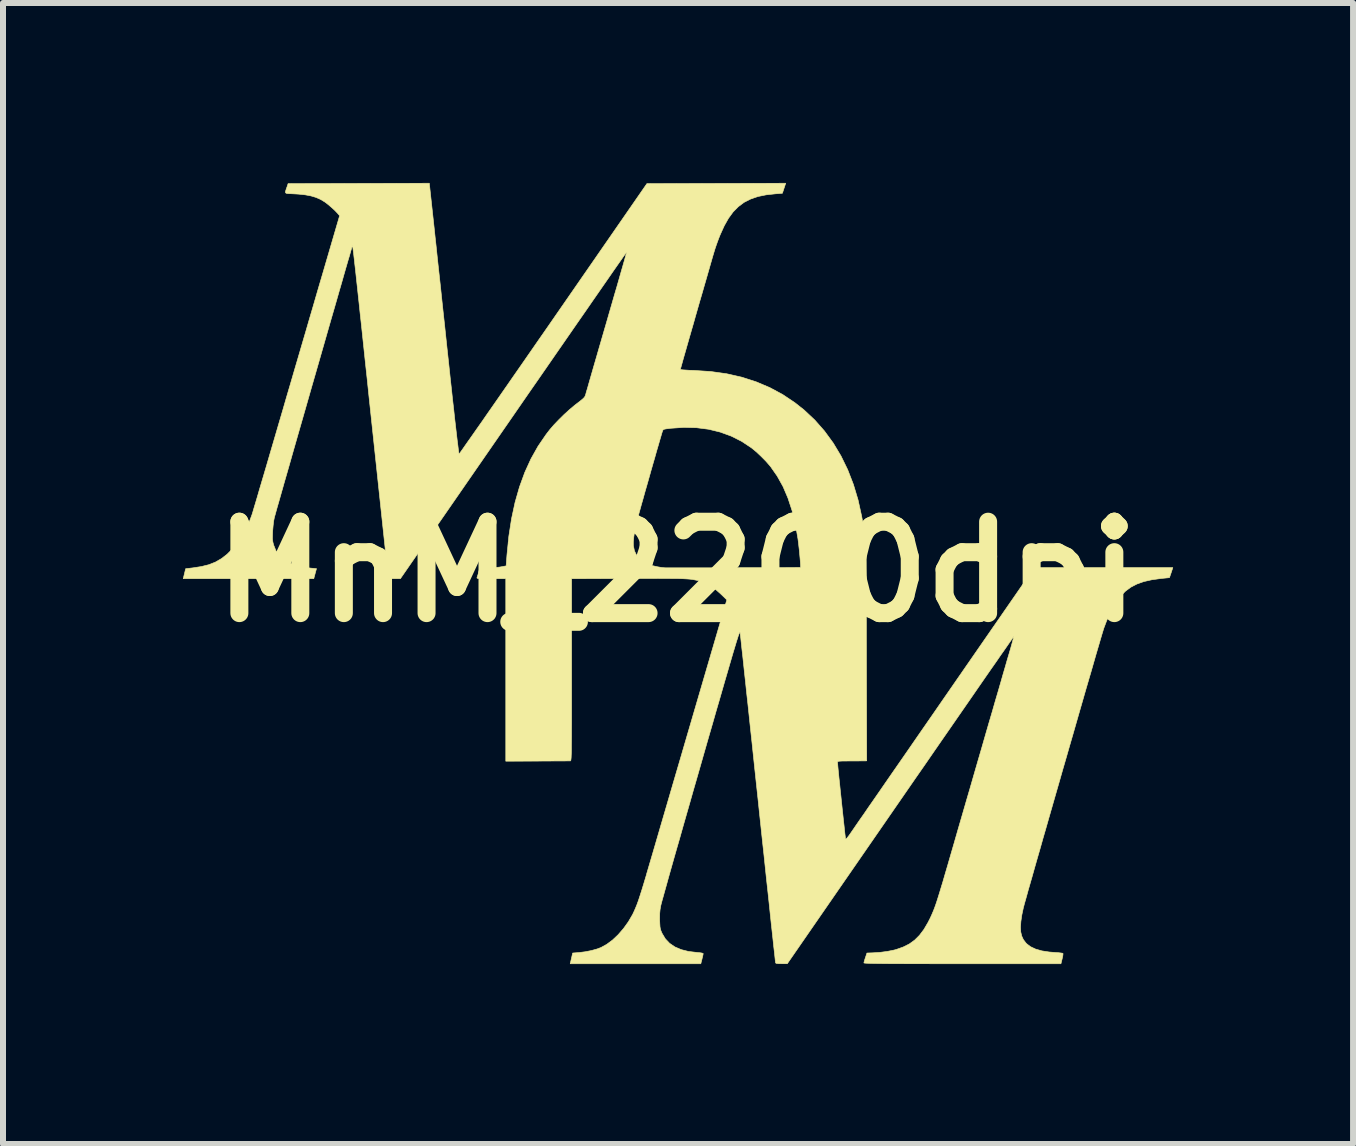
<source format=kicad_pcb>
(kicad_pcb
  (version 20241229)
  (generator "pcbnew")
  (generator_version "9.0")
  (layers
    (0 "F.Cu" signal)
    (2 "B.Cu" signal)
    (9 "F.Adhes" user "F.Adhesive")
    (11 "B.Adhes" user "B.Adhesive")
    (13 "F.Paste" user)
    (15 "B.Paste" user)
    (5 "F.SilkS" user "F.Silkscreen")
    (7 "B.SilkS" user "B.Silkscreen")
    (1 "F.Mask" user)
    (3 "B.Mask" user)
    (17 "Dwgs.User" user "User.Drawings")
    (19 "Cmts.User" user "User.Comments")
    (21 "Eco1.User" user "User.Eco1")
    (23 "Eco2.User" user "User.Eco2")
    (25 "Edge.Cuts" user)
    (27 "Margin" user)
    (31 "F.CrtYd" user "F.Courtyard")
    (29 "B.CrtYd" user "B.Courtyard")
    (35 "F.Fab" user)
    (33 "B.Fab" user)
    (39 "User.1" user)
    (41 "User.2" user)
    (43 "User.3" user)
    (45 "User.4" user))
  (footprint "MnM_2200dpi"
    (layer "F.Cu")
    (at 8.234 6.482)
    (property "Reference" "MnM_2200dpi" (at 0 0 0) (layer "F.SilkS") (effects (font (size 1.524 1.524) (thickness 0.3))))
    (attr through_hole)
    (fp_poly (pts (xy 1.806 -6.451) (xy 1.797 -6.425) (xy 1.785 -6.388) (xy 1.778 -6.367) (xy 1.759 -6.31) (xy 1.644 -6.301) (xy 1.489 -6.284) (xy 1.352 -6.256) (xy 1.23 -6.214) (xy 1.121 -6.159) (xy 1.025 -6.087) (xy 0.938 -5.999) (xy 0.86 -5.892) (xy 0.789 -5.766) (xy 0.722 -5.618) (xy 0.7 -5.563) (xy 0.677 -5.502) (xy 0.655 -5.44) (xy 0.636 -5.384) (xy 0.626 -5.351) (xy 0.614 -5.312) (xy 0.597 -5.255) (xy 0.576 -5.182) (xy 0.551 -5.095) (xy 0.523 -4.997) (xy 0.492 -4.889) (xy 0.458 -4.772) (xy 0.423 -4.65) (xy 0.386 -4.524) (xy 0.349 -4.395) (xy 0.312 -4.266) (xy 0.276 -4.138) (xy 0.24 -4.014) (xy 0.206 -3.896) (xy 0.174 -3.784) (xy 0.145 -3.682) (xy 0.119 -3.592) (xy 0.097 -3.514) (xy 0.08 -3.452) (xy 0.067 -3.406) (xy 0.059 -3.379) (xy 0.058 -3.373) (xy 0.069 -3.37) (xy 0.099 -3.366) (xy 0.146 -3.363) (xy 0.206 -3.359) (xy 0.275 -3.357) (xy 0.292 -3.356) (xy 0.567 -3.338) (xy 0.831 -3.301) (xy 1.082 -3.244) (xy 1.321 -3.167) (xy 1.548 -3.071) (xy 1.764 -2.955) (xy 1.967 -2.819) (xy 2.12 -2.698) (xy 2.299 -2.53) (xy 2.461 -2.346) (xy 2.607 -2.146) (xy 2.736 -1.931) (xy 2.848 -1.701) (xy 2.943 -1.456) (xy 3.021 -1.197) (xy 3.081 -0.924) (xy 3.089 -0.88) (xy 3.097 -0.83) (xy 3.105 -0.783) (xy 3.112 -0.739) (xy 3.119 -0.697) (xy 3.125 -0.654) (xy 3.13 -0.61) (xy 3.134 -0.564) (xy 3.138 -0.514) (xy 3.142 -0.459) (xy 3.145 -0.397) (xy 3.148 -0.328) (xy 3.15 -0.251) (xy 3.152 -0.163) (xy 3.153 -0.064) (xy 3.155 0.047) (xy 3.156 0.172) (xy 3.157 0.312) (xy 3.158 0.468) (xy 3.158 0.642) (xy 3.159 0.835) (xy 3.159 1.047) (xy 3.16 1.281) (xy 3.16 1.394) (xy 3.165 3.152) (xy 3.132 3.153) (xy 3.111 3.153) (xy 3.07 3.153) (xy 3.015 3.154) (xy 2.951 3.154) (xy 2.889 3.154) (xy 2.815 3.155) (xy 2.76 3.155) (xy 2.723 3.157) (xy 2.699 3.159) (xy 2.686 3.163) (xy 2.68 3.169) (xy 2.678 3.177) (xy 2.678 3.18) (xy 2.68 3.196) (xy 2.683 3.233) (xy 2.688 3.288) (xy 2.695 3.357) (xy 2.703 3.439) (xy 2.713 3.53) (xy 2.723 3.629) (xy 2.734 3.732) (xy 2.745 3.838) (xy 2.756 3.943) (xy 2.767 4.045) (xy 2.777 4.141) (xy 2.787 4.229) (xy 2.795 4.306) (xy 2.802 4.37) (xy 2.808 4.418) (xy 2.811 4.447) (xy 2.813 4.455) (xy 2.821 4.454) (xy 2.839 4.436) (xy 2.864 4.404) (xy 2.873 4.392) (xy 2.885 4.375) (xy 2.909 4.34) (xy 2.945 4.288) (xy 2.992 4.219) (xy 3.05 4.135) (xy 3.119 4.037) (xy 3.196 3.924) (xy 3.283 3.799) (xy 3.378 3.662) (xy 3.48 3.514) (xy 3.59 3.355) (xy 3.706 3.188) (xy 3.828 3.012) (xy 3.955 2.828) (xy 4.087 2.637) (xy 4.223 2.441) (xy 4.362 2.24) (xy 4.444 2.121) (xy 5.96 -0.069) (xy 8.268 -0.069) (xy 8.26 -0.043) (xy 8.251 -0.017) (xy 8.239 0.02) (xy 8.232 0.04) (xy 8.212 0.098) (xy 8.071 0.112) (xy 7.919 0.133) (xy 7.786 0.163) (xy 7.67 0.204) (xy 7.568 0.257) (xy 7.478 0.324) (xy 7.398 0.405) (xy 7.325 0.502) (xy 7.32 0.509) (xy 7.267 0.598) (xy 7.214 0.704) (xy 7.163 0.821) (xy 7.117 0.943) (xy 7.114 0.953) (xy 7.107 0.976) (xy 7.093 1.021) (xy 7.074 1.085) (xy 7.05 1.167) (xy 7.021 1.266) (xy 6.987 1.381) (xy 6.95 1.51) (xy 6.909 1.653) (xy 6.864 1.806) (xy 6.816 1.97) (xy 6.766 2.144) (xy 6.714 2.324) (xy 6.66 2.512) (xy 6.605 2.704) (xy 6.548 2.9) (xy 6.491 3.099) (xy 6.433 3.298) (xy 6.376 3.498) (xy 6.319 3.696) (xy 6.263 3.891) (xy 6.208 4.082) (xy 6.155 4.268) (xy 6.103 4.447) (xy 6.055 4.618) (xy 6.008 4.78) (xy 5.965 4.931) (xy 5.926 5.07) (xy 5.89 5.195) (xy 5.858 5.306) (xy 5.832 5.401) (xy 5.81 5.479) (xy 5.793 5.538) (xy 5.783 5.578) (xy 5.778 5.594) (xy 5.751 5.721) (xy 5.735 5.831) (xy 5.729 5.924) (xy 5.733 6.004) (xy 5.749 6.072) (xy 5.776 6.131) (xy 5.815 6.183) (xy 5.83 6.2) (xy 5.895 6.25) (xy 5.98 6.29) (xy 6.084 6.32) (xy 6.208 6.339) (xy 6.307 6.347) (xy 6.358 6.35) (xy 6.4 6.355) (xy 6.428 6.359) (xy 6.437 6.362) (xy 6.437 6.377) (xy 6.433 6.408) (xy 6.424 6.448) (xy 6.423 6.453) (xy 6.403 6.535) (xy 4.76 6.535) (xy 4.525 6.535) (xy 4.312 6.535) (xy 4.119 6.534) (xy 3.948 6.534) (xy 3.795 6.534) (xy 3.661 6.533) (xy 3.544 6.533) (xy 3.444 6.532) (xy 3.359 6.531) (xy 3.288 6.53) (xy 3.232 6.529) (xy 3.187 6.527) (xy 3.155 6.526) (xy 3.133 6.524) (xy 3.121 6.522) (xy 3.118 6.52) (xy 3.122 6.503) (xy 3.131 6.47) (xy 3.144 6.431) (xy 3.169 6.356) (xy 3.262 6.353) (xy 3.387 6.345) (xy 3.509 6.329) (xy 3.619 6.307) (xy 3.657 6.297) (xy 3.773 6.256) (xy 3.875 6.205) (xy 3.965 6.14) (xy 4.045 6.06) (xy 4.119 5.962) (xy 4.188 5.844) (xy 4.225 5.771) (xy 4.243 5.732) (xy 4.26 5.693) (xy 4.277 5.653) (xy 4.294 5.609) (xy 4.312 5.56) (xy 4.331 5.504) (xy 4.352 5.438) (xy 4.376 5.361) (xy 4.403 5.272) (xy 4.435 5.167) (xy 4.47 5.046) (xy 4.511 4.907) (xy 4.556 4.751) (xy 4.622 4.524) (xy 4.688 4.294) (xy 4.755 4.064) (xy 4.822 3.833) (xy 4.889 3.604) (xy 4.954 3.378) (xy 5.018 3.157) (xy 5.081 2.941) (xy 5.141 2.732) (xy 5.199 2.532) (xy 5.255 2.342) (xy 5.306 2.164) (xy 5.355 1.998) (xy 5.399 1.846) (xy 5.438 1.709) (xy 5.473 1.59) (xy 5.502 1.488) (xy 5.526 1.407) (xy 5.541 1.357) (xy 5.563 1.281) (xy 5.582 1.213) (xy 5.598 1.155) (xy 5.61 1.112) (xy 5.617 1.085) (xy 5.618 1.077) (xy 5.611 1.086) (xy 5.592 1.113) (xy 5.561 1.158) (xy 5.518 1.22) (xy 5.464 1.298) (xy 5.399 1.39) (xy 5.325 1.498) (xy 5.24 1.619) (xy 5.147 1.753) (xy 5.046 1.899) (xy 4.937 2.057) (xy 4.82 2.226) (xy 4.696 2.405) (xy 4.566 2.593) (xy 4.43 2.789) (xy 4.289 2.993) (xy 4.143 3.205) (xy 3.992 3.422) (xy 3.838 3.645) (xy 3.728 3.804) (xy 1.841 6.534) (xy 1.746 6.534) (xy 1.692 6.533) (xy 1.659 6.529) (xy 1.646 6.521) (xy 1.646 6.52) (xy 1.644 6.508) (xy 1.64 6.473) (xy 1.634 6.417) (xy 1.626 6.342) (xy 1.615 6.248) (xy 1.603 6.135) (xy 1.589 6.006) (xy 1.573 5.861) (xy 1.556 5.7) (xy 1.538 5.526) (xy 1.518 5.339) (xy 1.496 5.14) (xy 1.474 4.931) (xy 1.451 4.711) (xy 1.426 4.482) (xy 1.401 4.246) (xy 1.375 4.002) (xy 1.352 3.781) (xy 1.325 3.532) (xy 1.299 3.289) (xy 1.274 3.052) (xy 1.25 2.823) (xy 1.226 2.603) (xy 1.204 2.393) (xy 1.183 2.194) (xy 1.162 2.007) (xy 1.144 1.832) (xy 1.126 1.671) (xy 1.111 1.526) (xy 1.097 1.396) (xy 1.084 1.283) (xy 1.074 1.189) (xy 1.066 1.113) (xy 1.059 1.057) (xy 1.055 1.023) (xy 1.054 1.01) (xy 1.052 1.007) (xy 1.05 1.008) (xy 1.046 1.014) (xy 1.04 1.026) (xy 1.033 1.045) (xy 1.023 1.072) (xy 1.012 1.108) (xy 0.997 1.153) (xy 0.98 1.209) (xy 0.96 1.276) (xy 0.936 1.355) (xy 0.909 1.447) (xy 0.878 1.553) (xy 0.843 1.674) (xy 0.803 1.81) (xy 0.759 1.963) (xy 0.71 2.133) (xy 0.655 2.321) (xy 0.596 2.528) (xy 0.53 2.755) (xy 0.459 3.002) (xy 0.4 3.209) (xy 0.336 3.432) (xy 0.273 3.65) (xy 0.213 3.862) (xy 0.154 4.067) (xy 0.098 4.263) (xy 0.045 4.451) (xy -0.006 4.627) (xy -0.053 4.792) (xy -0.096 4.944) (xy -0.135 5.082) (xy -0.169 5.205) (xy -0.199 5.312) (xy -0.224 5.402) (xy -0.244 5.473) (xy -0.258 5.525) (xy -0.266 5.557) (xy -0.268 5.564) (xy -0.28 5.632) (xy -0.286 5.699) (xy -0.287 5.774) (xy -0.287 5.813) (xy -0.284 5.874) (xy -0.281 5.919) (xy -0.275 5.953) (xy -0.266 5.983) (xy -0.252 6.016) (xy -0.246 6.029) (xy -0.192 6.119) (xy -0.121 6.194) (xy -0.033 6.254) (xy 0.072 6.299) (xy 0.195 6.33) (xy 0.332 6.346) (xy 0.385 6.351) (xy 0.421 6.357) (xy 0.438 6.364) (xy 0.439 6.366) (xy 0.436 6.383) (xy 0.429 6.415) (xy 0.419 6.456) (xy 0.419 6.457) (xy 0.399 6.535) (xy -1.778 6.535) (xy -1.771 6.506) (xy -1.765 6.478) (xy -1.756 6.439) (xy -1.751 6.417) (xy -1.737 6.356) (xy -1.631 6.348) (xy -1.528 6.335) (xy -1.426 6.315) (xy -1.332 6.289) (xy -1.265 6.264) (xy -1.169 6.211) (xy -1.072 6.139) (xy -0.978 6.05) (xy -0.889 5.947) (xy -0.808 5.834) (xy -0.738 5.714) (xy -0.734 5.706) (xy -0.711 5.657) (xy -0.688 5.604) (xy -0.664 5.545) (xy -0.639 5.476) (xy -0.613 5.396) (xy -0.583 5.302) (xy -0.549 5.191) (xy -0.51 5.061) (xy -0.503 5.034) (xy -0.487 4.98) (xy -0.465 4.905) (xy -0.437 4.81) (xy -0.404 4.698) (xy -0.366 4.568) (xy -0.324 4.424) (xy -0.278 4.266) (xy -0.228 4.095) (xy -0.175 3.914) (xy -0.119 3.722) (xy -0.061 3.523) (xy -0.000195 3.316) (xy 0.062 3.104) (xy 0.125 2.888) (xy 0.189 2.669) (xy 0.225 2.546) (xy 0.833 0.468) (xy 0.74 0.378) (xy 0.646 0.294) (xy 0.556 0.23) (xy 0.465 0.182) (xy 0.37 0.15) (xy 0.266 0.129) (xy 0.26 0.128) (xy 0.233 0.125) (xy 0.206 0.122) (xy 0.177 0.12) (xy 0.145 0.118) (xy 0.108 0.116) (xy 0.064 0.114) (xy 0.011 0.113) (xy -0.051 0.113) (xy -0.125 0.112) (xy -0.213 0.112) (xy -0.315 0.111) (xy -0.435 0.112) (xy -0.572 0.112) (xy -0.729 0.112) (xy -0.898 0.113) (xy -1.755 0.115) (xy -1.755 1.634) (xy -1.755 1.852) (xy -1.755 2.048) (xy -1.755 2.224) (xy -1.755 2.38) (xy -1.755 2.518) (xy -1.756 2.638) (xy -1.756 2.742) (xy -1.757 2.831) (xy -1.758 2.906) (xy -1.758 2.969) (xy -1.759 3.02) (xy -1.761 3.061) (xy -1.762 3.092) (xy -1.764 3.116) (xy -1.766 3.132) (xy -1.768 3.143) (xy -1.77 3.149) (xy -1.773 3.152) (xy -1.775 3.153) (xy -1.791 3.153) (xy -1.827 3.153) (xy -1.881 3.154) (xy -1.951 3.154) (xy -2.035 3.154) (xy -2.13 3.155) (xy -2.233 3.155) (xy -2.324 3.156) (xy -2.852 3.158) (xy -2.852 1.637) (xy -2.852 0.115) (xy -3.095 0.115) (xy -3.176 0.115) (xy -3.237 0.115) (xy -3.28 0.114) (xy -3.308 0.112) (xy -3.325 0.109) (xy -3.332 0.104) (xy -3.332 0.098) (xy -3.331 0.095) (xy -3.324 0.073) (xy -3.313 0.038) (xy -3.306 0.01) (xy -3.288 -0.054) (xy -3.142 -0.062) (xy -3.077 -0.066) (xy -3.013 -0.072) (xy -2.957 -0.078) (xy -2.921 -0.084) (xy -2.846 -0.098) (xy -2.832 -0.283) (xy -2.811 -0.493) (xy -0.726 -0.493) (xy -0.725 -0.435) (xy -0.707 -0.348) (xy -0.668 -0.269) (xy -0.611 -0.202) (xy -0.538 -0.149) (xy -0.508 -0.134) (xy -0.461 -0.117) (xy -0.398 -0.1) (xy -0.328 -0.084) (xy -0.258 -0.072) (xy -0.208 -0.067) (xy -0.191 -0.066) (xy -0.154 -0.066) (xy -0.098 -0.066) (xy -0.025 -0.066) (xy 0.063 -0.066) (xy 0.164 -0.066) (xy 0.277 -0.066) (xy 0.398 -0.066) (xy 0.528 -0.066) (xy 0.662 -0.066) (xy 0.801 -0.067) (xy 0.941 -0.067) (xy 1.081 -0.068) (xy 1.219 -0.068) (xy 1.352 -0.068) (xy 1.48 -0.069) (xy 1.6 -0.069) (xy 1.711 -0.07) (xy 1.81 -0.07) (xy 1.895 -0.071) (xy 1.965 -0.071) (xy 2.017 -0.072) (xy 2.05 -0.072) (xy 2.062 -0.073) (xy 2.062 -0.073) (xy 2.063 -0.086) (xy 2.062 -0.118) (xy 2.059 -0.165) (xy 2.054 -0.223) (xy 2.048 -0.288) (xy 2.042 -0.356) (xy 2.034 -0.424) (xy 2.027 -0.486) (xy 2.02 -0.54) (xy 2.02 -0.543) (xy 1.977 -0.79) (xy 1.921 -1.019) (xy 1.852 -1.229) (xy 1.77 -1.421) (xy 1.673 -1.595) (xy 1.564 -1.751) (xy 1.547 -1.772) (xy 1.482 -1.846) (xy 1.407 -1.922) (xy 1.33 -1.995) (xy 1.256 -2.056) (xy 1.241 -2.068) (xy 1.079 -2.175) (xy 0.906 -2.262) (xy 0.722 -2.329) (xy 0.529 -2.376) (xy 0.326 -2.402) (xy 0.115 -2.407) (xy -0.105 -2.392) (xy -0.135 -2.388) (xy -0.182 -2.382) (xy -0.211 -2.376) (xy -0.227 -2.368) (xy -0.236 -2.355) (xy -0.241 -2.34) (xy -0.252 -2.306) (xy -0.267 -2.254) (xy -0.287 -2.186) (xy -0.311 -2.103) (xy -0.339 -2.008) (xy -0.368 -1.904) (xy -0.4 -1.794) (xy -0.433 -1.679) (xy -0.466 -1.561) (xy -0.499 -1.445) (xy -0.532 -1.331) (xy -0.562 -1.222) (xy -0.591 -1.121) (xy -0.616 -1.03) (xy -0.638 -0.951) (xy -0.656 -0.888) (xy -0.668 -0.841) (xy -0.675 -0.814) (xy -0.675 -0.814) (xy -0.701 -0.691) (xy -0.718 -0.583) (xy -0.726 -0.493) (xy -2.811 -0.493) (xy -2.801 -0.593) (xy -2.756 -0.884) (xy -2.697 -1.158) (xy -2.623 -1.416) (xy -2.535 -1.657) (xy -2.432 -1.883) (xy -2.314 -2.093) (xy -2.18 -2.289) (xy -2.12 -2.367) (xy -2.052 -2.446) (xy -1.97 -2.532) (xy -1.881 -2.62) (xy -1.79 -2.703) (xy -1.703 -2.776) (xy -1.664 -2.806) (xy -1.611 -2.847) (xy -1.573 -2.878) (xy -1.548 -2.902) (xy -1.533 -2.922) (xy -1.525 -2.942) (xy -1.524 -2.943) (xy -1.519 -2.96) (xy -1.509 -2.997) (xy -1.492 -3.053) (xy -1.471 -3.127) (xy -1.445 -3.218) (xy -1.415 -3.322) (xy -1.381 -3.44) (xy -1.343 -3.57) (xy -1.303 -3.709) (xy -1.26 -3.857) (xy -1.215 -4.012) (xy -1.173 -4.156) (xy -1.127 -4.316) (xy -1.083 -4.468) (xy -1.041 -4.614) (xy -1.001 -4.749) (xy -0.965 -4.875) (xy -0.933 -4.988) (xy -0.904 -5.088) (xy -0.88 -5.172) (xy -0.861 -5.24) (xy -0.847 -5.29) (xy -0.839 -5.321) (xy -0.836 -5.331) (xy -0.843 -5.322) (xy -0.862 -5.295) (xy -0.894 -5.25) (xy -0.937 -5.188) (xy -0.991 -5.111) (xy -1.056 -5.018) (xy -1.13 -4.911) (xy -1.214 -4.79) (xy -1.307 -4.656) (xy -1.409 -4.509) (xy -1.518 -4.351) (xy -1.635 -4.183) (xy -1.759 -4.004) (xy -1.889 -3.816) (xy -2.025 -3.62) (xy -2.166 -3.416) (xy -2.312 -3.205) (xy -2.463 -2.988) (xy -2.617 -2.765) (xy -2.724 -2.61) (xy -4.609 0.115) (xy -4.809 0.115) (xy -5.102 -2.635) (xy -5.134 -2.936) (xy -5.163 -3.215) (xy -5.191 -3.472) (xy -5.216 -3.709) (xy -5.239 -3.926) (xy -5.26 -4.125) (xy -5.28 -4.305) (xy -5.297 -4.469) (xy -5.313 -4.616) (xy -5.327 -4.747) (xy -5.34 -4.864) (xy -5.351 -4.968) (xy -5.361 -5.058) (xy -5.37 -5.136) (xy -5.377 -5.203) (xy -5.384 -5.26) (xy -5.389 -5.306) (xy -5.394 -5.344) (xy -5.398 -5.375) (xy -5.401 -5.398) (xy -5.403 -5.414) (xy -5.405 -5.426) (xy -5.407 -5.433) (xy -5.408 -5.435) (xy -5.409 -5.436) (xy -5.413 -5.424) (xy -5.423 -5.392) (xy -5.438 -5.34) (xy -5.458 -5.269) (xy -5.484 -5.182) (xy -5.514 -5.079) (xy -5.548 -4.961) (xy -5.585 -4.83) (xy -5.627 -4.686) (xy -5.671 -4.532) (xy -5.718 -4.369) (xy -5.768 -4.197) (xy -5.819 -4.019) (xy -5.872 -3.834) (xy -5.926 -3.646) (xy -5.981 -3.454) (xy -6.037 -3.26) (xy -6.093 -3.066) (xy -6.148 -2.873) (xy -6.203 -2.681) (xy -6.257 -2.493) (xy -6.31 -2.309) (xy -6.361 -2.131) (xy -6.41 -1.96) (xy -6.456 -1.797) (xy -6.5 -1.644) (xy -6.541 -1.502) (xy -6.578 -1.371) (xy -6.611 -1.255) (xy -6.64 -1.153) (xy -6.665 -1.067) (xy -6.684 -0.998) (xy -6.698 -0.947) (xy -6.707 -0.917) (xy -6.709 -0.909) (xy -6.721 -0.85) (xy -6.73 -0.776) (xy -6.737 -0.698) (xy -6.739 -0.668) (xy -6.741 -0.603) (xy -6.742 -0.555) (xy -6.739 -0.517) (xy -6.732 -0.483) (xy -6.722 -0.446) (xy -6.721 -0.443) (xy -6.684 -0.351) (xy -6.633 -0.273) (xy -6.565 -0.208) (xy -6.48 -0.155) (xy -6.377 -0.113) (xy -6.256 -0.082) (xy -6.114 -0.062) (xy -6.095 -0.06) (xy -6.008 -0.052) (xy -6.031 0.032) (xy -6.053 0.115) (xy -8.229 0.115) (xy -8.209 0.032) (xy -8.189 -0.051) (xy -8.069 -0.065) (xy -7.927 -0.087) (xy -7.802 -0.118) (xy -7.691 -0.162) (xy -7.591 -0.22) (xy -7.498 -0.292) (xy -7.412 -0.378) (xy -7.329 -0.48) (xy -7.25 -0.599) (xy -7.178 -0.728) (xy -7.117 -0.861) (xy -7.085 -0.947) (xy -7.078 -0.968) (xy -7.065 -1.011) (xy -7.047 -1.072) (xy -7.023 -1.152) (xy -6.994 -1.249) (xy -6.962 -1.36) (xy -6.925 -1.485) (xy -6.884 -1.623) (xy -6.84 -1.772) (xy -6.794 -1.93) (xy -6.745 -2.097) (xy -6.694 -2.271) (xy -6.642 -2.449) (xy -6.627 -2.5) (xy -6.568 -2.701) (xy -6.507 -2.912) (xy -6.443 -3.129) (xy -6.379 -3.349) (xy -6.314 -3.57) (xy -6.25 -3.789) (xy -6.187 -4.003) (xy -6.127 -4.21) (xy -6.069 -4.407) (xy -6.016 -4.59) (xy -5.967 -4.758) (xy -5.923 -4.907) (xy -5.91 -4.951) (xy -5.622 -5.936) (xy -5.659 -5.979) (xy -5.703 -6.025) (xy -5.759 -6.076) (xy -5.818 -6.126) (xy -5.871 -6.166) (xy -5.941 -6.208) (xy -6.016 -6.241) (xy -6.1 -6.266) (xy -6.196 -6.284) (xy -6.31 -6.296) (xy -6.379 -6.3) (xy -6.443 -6.303) (xy -6.487 -6.305) (xy -6.513 -6.31) (xy -6.525 -6.321) (xy -6.525 -6.339) (xy -6.516 -6.368) (xy -6.502 -6.409) (xy -6.5 -6.413) (xy -6.481 -6.471) (xy -5.304 -6.474) (xy -4.127 -6.477) (xy -4.042 -5.695) (xy -4.03 -5.579) (xy -4.015 -5.444) (xy -3.999 -5.29) (xy -3.981 -5.121) (xy -3.961 -4.938) (xy -3.94 -4.746) (xy -3.919 -4.545) (xy -3.897 -4.339) (xy -3.874 -4.13) (xy -3.852 -3.921) (xy -3.83 -3.714) (xy -3.808 -3.511) (xy -3.8 -3.437) (xy -3.779 -3.238) (xy -3.758 -3.048) (xy -3.739 -2.87) (xy -3.72 -2.705) (xy -3.704 -2.554) (xy -3.688 -2.417) (xy -3.674 -2.296) (xy -3.662 -2.193) (xy -3.651 -2.107) (xy -3.643 -2.04) (xy -3.637 -1.993) (xy -3.632 -1.968) (xy -3.631 -1.963) (xy -3.623 -1.972) (xy -3.603 -2) (xy -3.571 -2.045) (xy -3.528 -2.107) (xy -3.474 -2.184) (xy -3.409 -2.276) (xy -3.335 -2.382) (xy -3.251 -2.501) (xy -3.16 -2.633) (xy -3.06 -2.776) (xy -2.953 -2.93) (xy -2.839 -3.094) (xy -2.719 -3.267) (xy -2.593 -3.448) (xy -2.462 -3.637) (xy -2.327 -3.832) (xy -2.187 -4.033) (xy -2.059 -4.218) (xy -0.499 -6.471) (xy 0.657 -6.474) (xy 1.814 -6.477) (xy 1.806 -6.451)) (stroke (width 0.01) (type solid)) (fill yes) (layer "F.SilkS")))
  (gr_rect
    (start -3 -3)
    (end 19.507 16.022)
    (stroke (width 0.1) (type default))
    (fill no)
    (layer "Edge.Cuts")))
</source>
